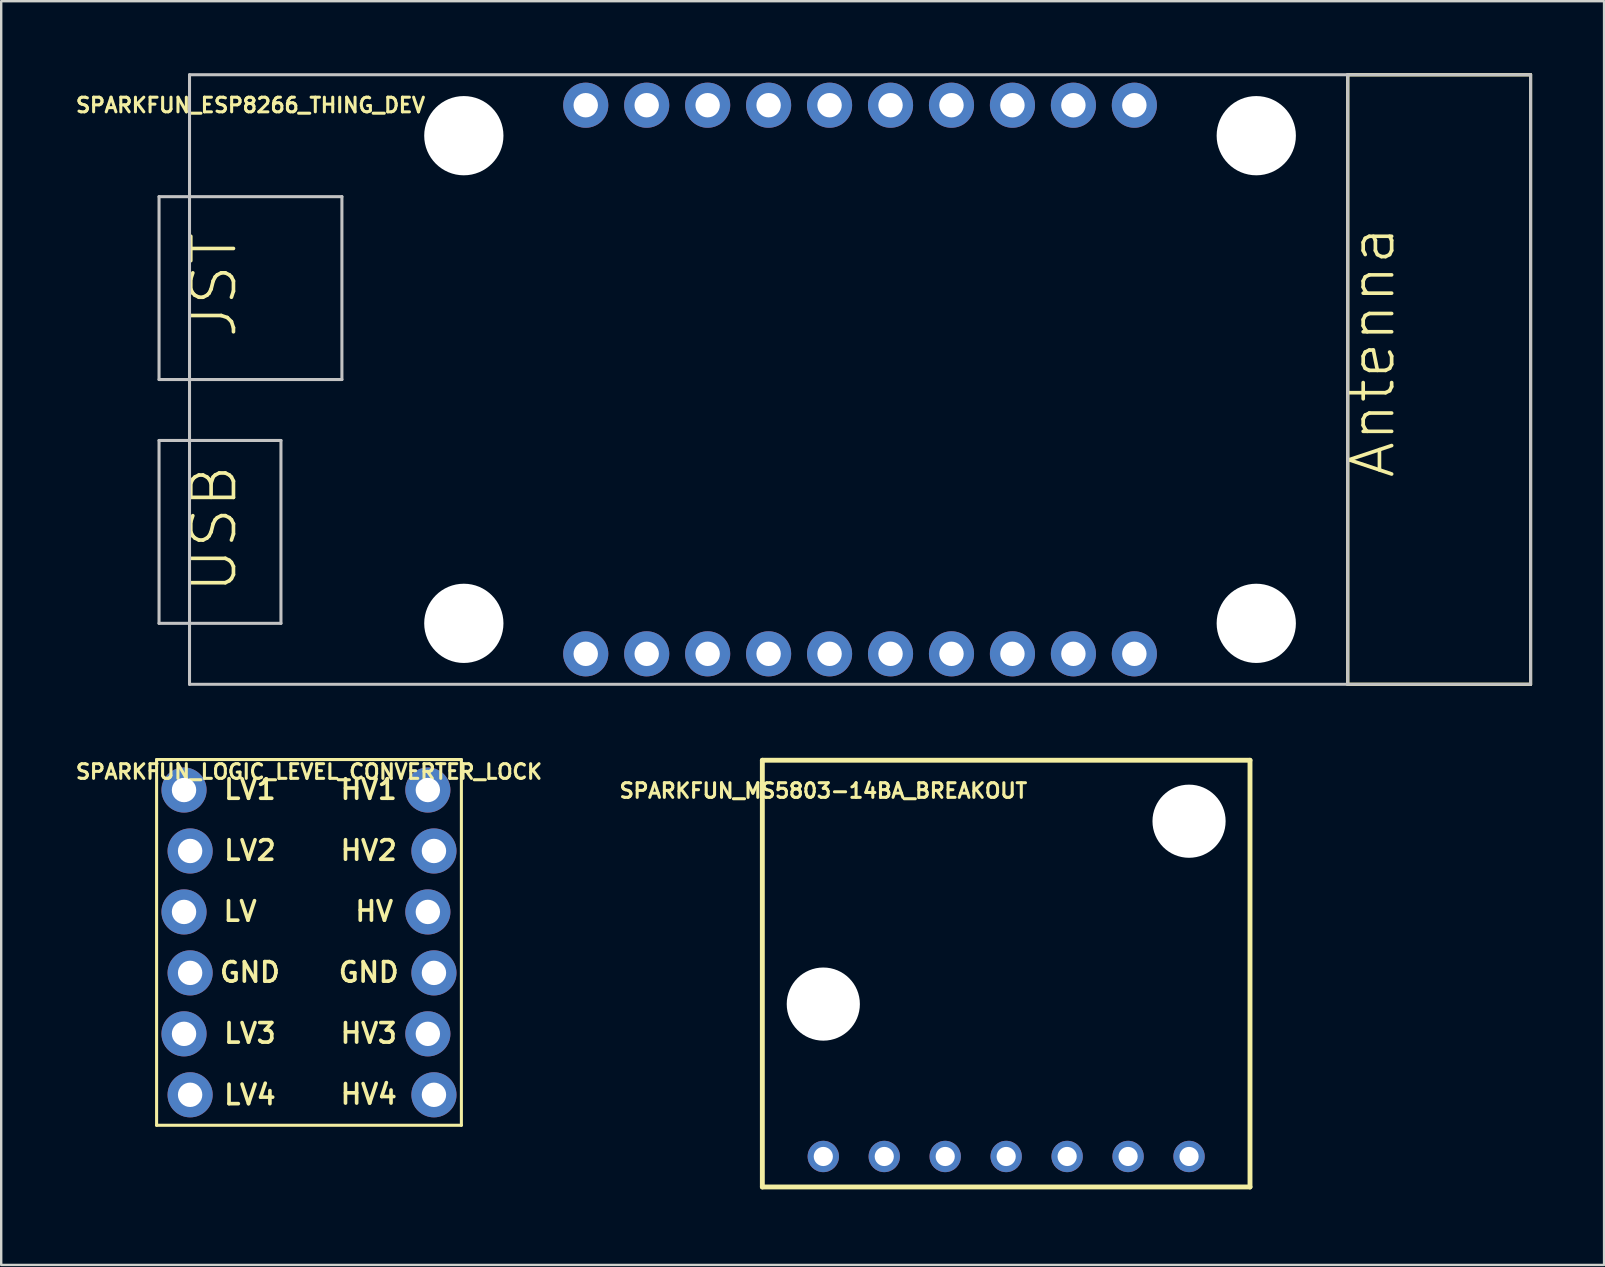
<source format=kicad_pcb>
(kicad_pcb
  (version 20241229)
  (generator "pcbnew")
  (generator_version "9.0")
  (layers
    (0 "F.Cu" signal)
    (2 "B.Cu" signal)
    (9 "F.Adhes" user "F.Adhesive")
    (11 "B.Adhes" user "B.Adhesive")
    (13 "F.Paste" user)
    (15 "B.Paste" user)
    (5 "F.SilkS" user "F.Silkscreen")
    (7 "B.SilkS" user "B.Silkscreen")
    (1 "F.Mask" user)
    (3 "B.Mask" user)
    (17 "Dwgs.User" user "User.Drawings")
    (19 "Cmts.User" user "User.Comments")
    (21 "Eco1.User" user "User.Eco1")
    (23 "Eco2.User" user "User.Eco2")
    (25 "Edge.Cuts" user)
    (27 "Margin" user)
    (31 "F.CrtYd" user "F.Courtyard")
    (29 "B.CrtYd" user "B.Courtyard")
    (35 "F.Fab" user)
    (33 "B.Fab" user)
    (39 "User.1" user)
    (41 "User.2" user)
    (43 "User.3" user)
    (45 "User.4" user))
  (footprint "SPARKFUN_MS5803-14BA_BREAKOUT"
    (layer "F.Cu")
    (at 28.716 46.409)
    (property "Reference" "SPARKFUN_MS5803-14BA_BREAKOUT" (at 2.54 -16.51 0) (layer "F.SilkS") (effects (font (size 0.61 0.61) (thickness 0.127))))
    (attr exclude_from_pos_files exclude_from_bom)
    (fp_line (start 0 -17.78) (end 20.32 -17.78) (stroke (width 0.203) (type solid)) (layer "F.SilkS"))
    (fp_line (start 0 0) (end 0 -17.78) (stroke (width 0.203) (type solid)) (layer "F.SilkS"))
    (fp_line (start 20.32 -17.78) (end 20.32 0) (stroke (width 0.203) (type solid)) (layer "F.SilkS"))
    (fp_line (start 20.32 0) (end 0 0) (stroke (width 0.203) (type solid)) (layer "F.SilkS"))
    (pad "" np_thru_hole circle (at 2.54 -7.62) (size 3.048 3.048) (drill 3.048) (layers "*.Cu" "*.Mask"))
    (pad "" np_thru_hole circle (at 17.78 -15.24) (size 3.048 3.048) (drill 3.048) (layers "*.Cu" "*.Mask"))
    (pad "3.3V" thru_hole circle (at 5.08 -1.27) (size 1.306 1.306) (drill 0.798) (layers "*.Cu" "*.Mask"))
    (pad "AD/C" thru_hole circle (at 15.24 -1.27) (size 1.306 1.306) (drill 0.798) (layers "*.Cu" "*.Mask"))
    (pad "GND" thru_hole circle (at 2.54 -1.27) (size 1.306 1.306) (drill 0.798) (layers "*.Cu" "*.Mask"))
    (pad "PS" thru_hole circle (at 17.78 -1.27) (size 1.306 1.306) (drill 0.798) (layers "*.Cu" "*.Mask"))
    (pad "SCL/" thru_hole circle (at 10.16 -1.27) (size 1.306 1.306) (drill 0.798) (layers "*.Cu" "*.Mask"))
    (pad "SDA/" thru_hole circle (at 7.62 -1.27) (size 1.306 1.306) (drill 0.798) (layers "*.Cu" "*.Mask"))
    (pad "SDO" thru_hole circle (at 12.7 -1.27) (size 1.306 1.306) (drill 0.798) (layers "*.Cu" "*.Mask")))
  (footprint "SPARKFUN_ESP8266_THING_DEV"
    (layer "F.Cu")
    (at 31.517 12.764)
    (property "Reference" "SPARKFUN_ESP8266_THING_DEV" (at -24.13 -11.43 0) (layer "F.SilkS") (effects (font (size 0.61 0.61) (thickness 0.127))))
    (attr exclude_from_pos_files exclude_from_bom)
    (fp_line (start 21.59 -12.7) (end 21.59 12.7) (stroke (width 0.127) (type solid)) (layer "F.SilkS"))
    (fp_line (start 21.59 -12.7) (end 21.59 12.7) (stroke (width 0.127) (type solid)) (layer "F.SilkS"))
    (fp_line (start 21.59 12.7) (end 29.21 12.7) (stroke (width 0.127) (type solid)) (layer "F.SilkS"))
    (fp_line (start 21.59 12.7) (end 29.21 12.7) (stroke (width 0.127) (type solid)) (layer "F.SilkS"))
    (fp_line (start 29.21 -12.7) (end 21.59 -12.7) (stroke (width 0.127) (type solid)) (layer "F.SilkS"))
    (fp_line (start 29.21 -12.7) (end 21.59 -12.7) (stroke (width 0.127) (type solid)) (layer "F.SilkS"))
    (fp_line (start 29.21 12.7) (end 29.21 -12.7) (stroke (width 0.127) (type solid)) (layer "F.SilkS"))
    (fp_line (start 29.21 12.7) (end 29.21 -12.7) (stroke (width 0.127) (type solid)) (layer "F.SilkS"))
    (fp_line (start -27.94 -7.62) (end -27.94 0) (stroke (width 0.127) (type solid)) (layer "Dwgs.User"))
    (fp_line (start -27.94 0) (end -26.67 0) (stroke (width 0.127) (type solid)) (layer "Dwgs.User"))
    (fp_line (start -27.94 2.54) (end -27.94 10.16) (stroke (width 0.127) (type solid)) (layer "Dwgs.User"))
    (fp_line (start -27.94 10.16) (end -22.86 10.16) (stroke (width 0.127) (type solid)) (layer "Dwgs.User"))
    (fp_line (start -26.67 -12.7) (end 29.21 -12.7) (stroke (width 0.127) (type solid)) (layer "Dwgs.User"))
    (fp_line (start -26.67 0) (end -26.67 -12.7) (stroke (width 0.127) (type solid)) (layer "Dwgs.User"))
    (fp_line (start -26.67 0) (end -20.32 0) (stroke (width 0.127) (type solid)) (layer "Dwgs.User"))
    (fp_line (start -26.67 12.7) (end -26.67 0) (stroke (width 0.127) (type solid)) (layer "Dwgs.User"))
    (fp_line (start -22.86 2.54) (end -27.94 2.54) (stroke (width 0.127) (type solid)) (layer "Dwgs.User"))
    (fp_line (start -22.86 10.16) (end -22.86 2.54) (stroke (width 0.127) (type solid)) (layer "Dwgs.User"))
    (fp_line (start -20.32 -7.62) (end -27.94 -7.62) (stroke (width 0.127) (type solid)) (layer "Dwgs.User"))
    (fp_line (start -20.32 0) (end -20.32 -7.62) (stroke (width 0.127) (type solid)) (layer "Dwgs.User"))
    (fp_line (start 21.59 -12.7) (end 21.59 12.7) (stroke (width 0.127) (type solid)) (layer "Dwgs.User"))
    (fp_line (start 29.21 -12.7) (end 29.21 12.7) (stroke (width 0.127) (type solid)) (layer "Dwgs.User"))
    (fp_line (start 29.21 12.7) (end -26.67 12.7) (stroke (width 0.127) (type solid)) (layer "Dwgs.User"))
    (fp_text user "USB" (at -25.654 6.223 90) (layer "F.SilkS") (effects (font (size 1.778 1.778) (thickness 0.152))))
    (fp_text user "JST" (at -25.654 -3.937 90) (layer "F.SilkS") (effects (font (size 1.778 1.778) (thickness 0.152))))
    (fp_text user "Antenna" (at 22.606 -1.143 90) (layer "F.SilkS") (effects (font (size 1.778 1.778) (thickness 0.152))))
    (pad "" np_thru_hole circle (at -15.24 -10.16) (size 3.302 3.302) (drill 3.302) (layers "*.Cu" "*.Mask"))
    (pad "" np_thru_hole circle (at -15.24 10.16) (size 3.302 3.302) (drill 3.302) (layers "*.Cu" "*.Mask"))
    (pad "" np_thru_hole circle (at 17.78 -10.16) (size 3.302 3.302) (drill 3.302) (layers "*.Cu" "*.Mask"))
    (pad "" np_thru_hole circle (at 17.78 10.16) (size 3.302 3.302) (drill 3.302) (layers "*.Cu" "*.Mask"))
    (pad "0" thru_hole circle (at -2.54 -11.43) (size 1.88 1.88) (drill 1.016) (layers "*.Cu" "*.Mask"))
    (pad "2" thru_hole circle (at -5.08 11.43) (size 1.88 1.88) (drill 1.016) (layers "*.Cu" "*.Mask"))
    (pad "3.3V" thru_hole circle (at -7.62 11.43) (size 1.88 1.88) (drill 1.016) (layers "*.Cu" "*.Mask"))
    (pad "4" thru_hole circle (at 0 -11.43) (size 1.88 1.88) (drill 1.016) (layers "*.Cu" "*.Mask"))
    (pad "5" thru_hole circle (at -5.08 -11.43) (size 1.88 1.88) (drill 1.016) (layers "*.Cu" "*.Mask"))
    (pad "5V" thru_hole circle (at 7.62 11.43) (size 1.88 1.88) (drill 1.016) (layers "*.Cu" "*.Mask"))
    (pad "12" thru_hole circle (at 5.08 -11.43) (size 1.88 1.88) (drill 1.016) (layers "*.Cu" "*.Mask"))
    (pad "13" thru_hole circle (at 2.54 -11.43) (size 1.88 1.88) (drill 1.016) (layers "*.Cu" "*.Mask"))
    (pad "14" thru_hole circle (at -2.54 11.43) (size 1.88 1.88) (drill 1.016) (layers "*.Cu" "*.Mask"))
    (pad "15" thru_hole circle (at 12.7 -11.43) (size 1.88 1.88) (drill 1.016) (layers "*.Cu" "*.Mask"))
    (pad "16" thru_hole circle (at 7.62 -11.43) (size 1.88 1.88) (drill 1.016) (layers "*.Cu" "*.Mask"))
    (pad "ADC" thru_hole circle (at 10.16 -11.43) (size 1.88 1.88) (drill 1.016) (layers "*.Cu" "*.Mask"))
    (pad "GND@" thru_hole circle (at -10.16 -11.43) (size 1.88 1.88) (drill 1.016) (layers "*.Cu" "*.Mask"))
    (pad "GND@" thru_hole circle (at -10.16 11.43) (size 1.88 1.88) (drill 1.016) (layers "*.Cu" "*.Mask"))
    (pad "GND@" thru_hole circle (at 12.7 11.43) (size 1.88 1.88) (drill 1.016) (layers "*.Cu" "*.Mask"))
    (pad "NC" thru_hole circle (at 10.16 11.43) (size 1.88 1.88) (drill 1.016) (layers "*.Cu" "*.Mask"))
    (pad "RST" thru_hole circle (at 0 11.43) (size 1.88 1.88) (drill 1.016) (layers "*.Cu" "*.Mask"))
    (pad "RX" thru_hole circle (at 5.08 11.43) (size 1.88 1.88) (drill 1.016) (layers "*.Cu" "*.Mask"))
    (pad "TX" thru_hole circle (at 2.54 11.43) (size 1.88 1.88) (drill 1.016) (layers "*.Cu" "*.Mask"))
    (pad "VIN" thru_hole circle (at -7.62 -11.43) (size 1.88 1.88) (drill 1.016) (layers "*.Cu" "*.Mask")))
  (footprint "SPARKFUN_LOGIC_LEVEL_CONVERTER_LOCK"
    (layer "F.Cu")
    (at 9.825 36.219)
    (property "Reference" "SPARKFUN_LOGIC_LEVEL_CONVERTER_LOCK" (at 0 -7.112 0) (layer "F.SilkS") (effects (font (size 0.61 0.61) (thickness 0.127))))
    (attr exclude_from_pos_files exclude_from_bom)
    (fp_line (start -6.35 -7.62) (end 6.35 -7.62) (stroke (width 0.127) (type solid)) (layer "F.SilkS"))
    (fp_line (start -6.35 7.62) (end -6.35 -7.62) (stroke (width 0.127) (type solid)) (layer "F.SilkS"))
    (fp_line (start 6.35 -7.62) (end 6.35 7.62) (stroke (width 0.127) (type solid)) (layer "F.SilkS"))
    (fp_line (start 6.35 7.62) (end -6.35 7.62) (stroke (width 0.127) (type solid)) (layer "F.SilkS"))
    (fp_text user "GND" (at 2.489 1.245 0) (layer "F.SilkS") (effects (font (size 0.813 0.813) (thickness 0.152))))
    (fp_text user "GND" (at -2.461 1.245 0) (layer "F.SilkS") (effects (font (size 0.813 0.813) (thickness 0.152))))
    (fp_text user "HV2" (at 2.489 -3.835 0) (layer "F.SilkS") (effects (font (size 0.813 0.813) (thickness 0.152))))
    (fp_text user "HV3" (at 2.489 3.785 0) (layer "F.SilkS") (effects (font (size 0.813 0.813) (thickness 0.152))))
    (fp_text user "LV1" (at -2.461 -6.375 0) (layer "F.SilkS") (effects (font (size 0.813 0.813) (thickness 0.152))))
    (fp_text user "LV" (at -2.87 -1.295 0) (layer "F.SilkS") (effects (font (size 0.813 0.813) (thickness 0.152))))
    (fp_text user "LV2" (at -2.461 -3.835 0) (layer "F.SilkS") (effects (font (size 0.813 0.813) (thickness 0.152))))
    (fp_text user "LV3" (at -2.461 3.785 0) (layer "F.SilkS") (effects (font (size 0.813 0.813) (thickness 0.152))))
    (fp_text user "LV4" (at -2.461 6.35 0) (layer "F.SilkS") (effects (font (size 0.813 0.813) (thickness 0.152))))
    (fp_text user "HV4" (at 2.489 6.325 0) (layer "F.SilkS") (effects (font (size 0.813 0.813) (thickness 0.152))))
    (fp_text user "HV" (at 2.718 -1.295 0) (layer "F.SilkS") (effects (font (size 0.813 0.813) (thickness 0.152))))
    (fp_text user "HV1" (at 2.489 -6.375 0) (layer "F.SilkS") (effects (font (size 0.813 0.813) (thickness 0.152))))
    (pad "GND1" thru_hole circle (at -4.953 1.27) (size 1.88 1.88) (drill 1.016) (layers "*.Cu" "*.Mask"))
    (pad "GND2" thru_hole circle (at 5.207 1.27) (size 1.88 1.88) (drill 1.016) (layers "*.Cu" "*.Mask"))
    (pad "HV" thru_hole circle (at 4.953 -1.27) (size 1.88 1.88) (drill 1.016) (layers "*.Cu" "*.Mask"))
    (pad "HV1" thru_hole circle (at 4.953 -6.35) (size 1.88 1.88) (drill 1.016) (layers "*.Cu" "*.Mask"))
    (pad "HV2" thru_hole circle (at 5.207 -3.81) (size 1.88 1.88) (drill 1.016) (layers "*.Cu" "*.Mask"))
    (pad "HV3" thru_hole circle (at 4.953 3.81) (size 1.88 1.88) (drill 1.016) (layers "*.Cu" "*.Mask"))
    (pad "HV4" thru_hole circle (at 5.207 6.35) (size 1.88 1.88) (drill 1.016) (layers "*.Cu" "*.Mask"))
    (pad "LV" thru_hole circle (at -5.207 -1.27) (size 1.88 1.88) (drill 1.016) (layers "*.Cu" "*.Mask"))
    (pad "LV1" thru_hole circle (at -5.207 -6.35) (size 1.88 1.88) (drill 1.016) (layers "*.Cu" "*.Mask"))
    (pad "LV2" thru_hole circle (at -4.953 -3.81) (size 1.88 1.88) (drill 1.016) (layers "*.Cu" "*.Mask"))
    (pad "LV3" thru_hole circle (at -5.207 3.81) (size 1.88 1.88) (drill 1.016) (layers "*.Cu" "*.Mask"))
    (pad "LV4" thru_hole circle (at -4.953 6.35) (size 1.88 1.88) (drill 1.016) (layers "*.Cu" "*.Mask")))
  (gr_rect
    (start -3 -3)
    (end 63.79 49.659)
    (stroke (width 0.1) (type default))
    (fill no)
    (layer "Edge.Cuts")))
</source>
